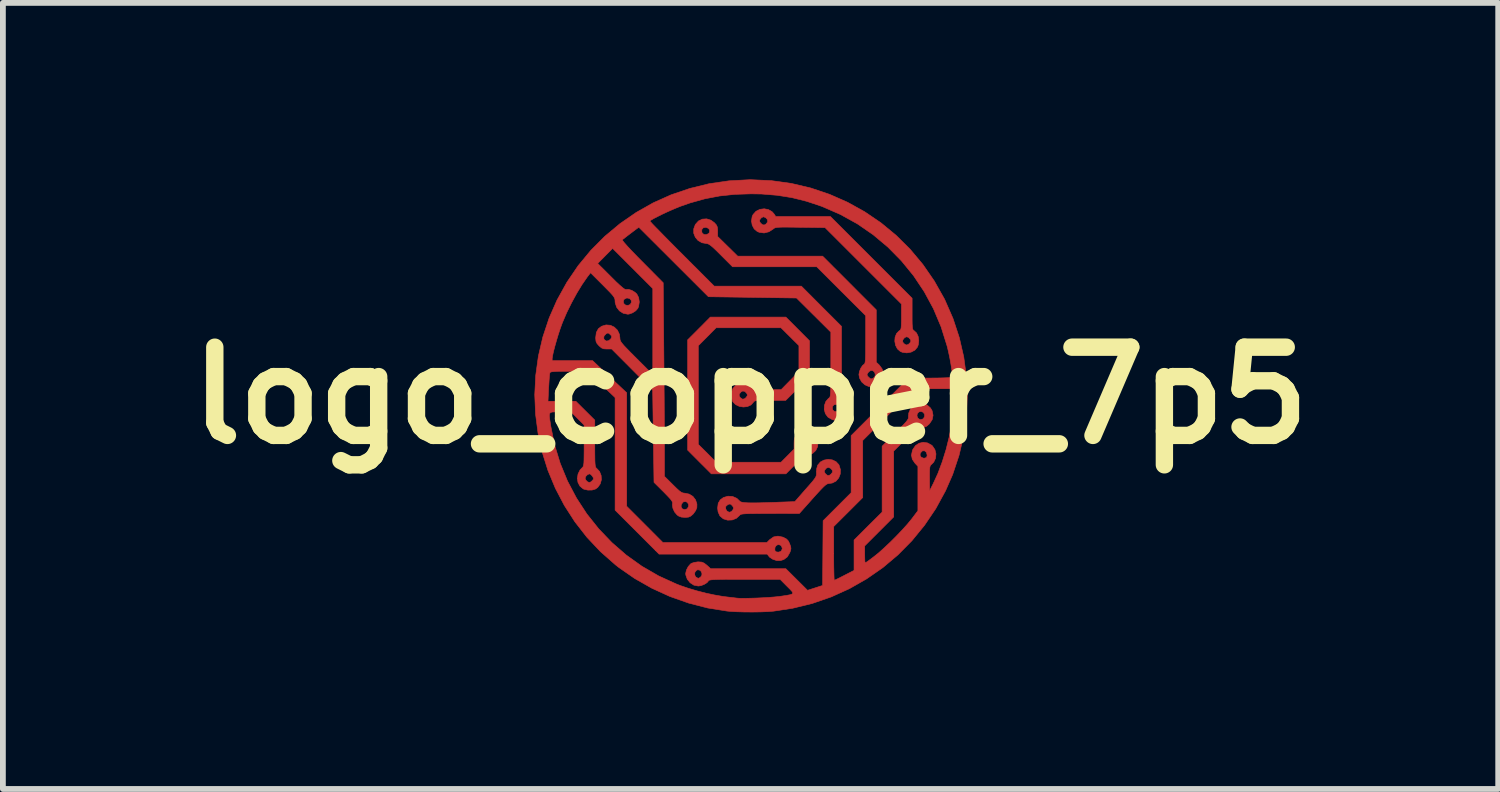
<source format=kicad_pcb>
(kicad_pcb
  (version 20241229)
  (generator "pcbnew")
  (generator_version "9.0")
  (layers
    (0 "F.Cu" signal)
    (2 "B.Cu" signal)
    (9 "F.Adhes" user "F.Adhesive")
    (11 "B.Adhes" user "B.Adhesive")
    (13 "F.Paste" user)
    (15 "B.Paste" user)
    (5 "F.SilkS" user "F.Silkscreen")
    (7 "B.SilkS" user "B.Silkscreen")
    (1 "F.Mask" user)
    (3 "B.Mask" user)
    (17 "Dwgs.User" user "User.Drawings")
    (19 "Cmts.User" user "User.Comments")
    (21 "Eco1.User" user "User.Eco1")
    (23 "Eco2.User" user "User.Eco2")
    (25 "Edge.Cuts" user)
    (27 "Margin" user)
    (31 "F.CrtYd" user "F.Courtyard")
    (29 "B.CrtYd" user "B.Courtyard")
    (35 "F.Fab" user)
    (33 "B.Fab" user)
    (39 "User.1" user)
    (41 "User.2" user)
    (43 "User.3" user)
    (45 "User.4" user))
  (footprint "logo_copper_7p5"
    (layer "F.Cu")
    (at 9.913 3.781)
    (property "Reference" "logo_copper_7p5" (at 0 0 0) (layer "F.SilkS") (effects (font (size 1.524 1.524) (thickness 0.3))))
    (attr through_hole)
    (fp_poly (pts (xy -0.684 -3.028) (xy -0.624 -2.984) (xy -0.59 -2.946) (xy -0.574 -2.911) (xy -0.568 -2.863) (xy -0.568 -2.838) (xy -0.568 -2.747) (xy -0.395 -2.577) (xy -0.222 -2.407) (xy 1.245 -2.407) (xy 1.709 -1.943) (xy 2.172 -1.479) (xy 2.172 -0.575) (xy 2.223 -0.527) (xy 2.272 -0.461) (xy 2.294 -0.392) (xy 2.291 -0.323) (xy 2.268 -0.26) (xy 2.228 -0.206) (xy 2.174 -0.168) (xy 2.109 -0.15) (xy 2.038 -0.157) (xy 1.977 -0.184) (xy 1.92 -0.234) (xy 1.883 -0.301) (xy 1.872 -0.361) (xy 1.872 -0.361) (xy 2.012 -0.361) (xy 2.02 -0.338) (xy 2.037 -0.319) (xy 2.067 -0.292) (xy 2.089 -0.287) (xy 2.118 -0.299) (xy 2.123 -0.302) (xy 2.15 -0.331) (xy 2.154 -0.369) (xy 2.14 -0.406) (xy 2.111 -0.43) (xy 2.079 -0.432) (xy 2.049 -0.415) (xy 2.027 -0.39) (xy 2.012 -0.361) (xy 1.872 -0.361) (xy 1.881 -0.414) (xy 1.904 -0.471) (xy 1.935 -0.518) (xy 1.957 -0.536) (xy 1.967 -0.543) (xy 1.974 -0.556) (xy 1.98 -0.577) (xy 1.984 -0.612) (xy 1.986 -0.664) (xy 1.988 -0.737) (xy 1.988 -0.835) (xy 1.989 -0.963) (xy 1.989 -1.379) (xy 1.566 -1.801) (xy 1.144 -2.223) (xy -0.31 -2.223) (xy -0.51 -2.423) (xy -0.587 -2.5) (xy -0.646 -2.556) (xy -0.69 -2.593) (xy -0.723 -2.614) (xy -0.747 -2.623) (xy -0.756 -2.624) (xy -0.838 -2.638) (xy -0.906 -2.677) (xy -0.954 -2.734) (xy -0.981 -2.803) (xy -0.981 -2.825) (xy -0.842 -2.825) (xy -0.835 -2.807) (xy -0.806 -2.782) (xy -0.765 -2.778) (xy -0.726 -2.796) (xy -0.712 -2.812) (xy -0.704 -2.85) (xy -0.723 -2.884) (xy -0.765 -2.904) (xy -0.773 -2.905) (xy -0.816 -2.897) (xy -0.841 -2.867) (xy -0.842 -2.825) (xy -0.981 -2.825) (xy -0.981 -2.878) (xy -0.953 -2.954) (xy -0.952 -2.955) (xy -0.899 -3.014) (xy -0.832 -3.046) (xy -0.758 -3.051) (xy -0.684 -3.028)) (stroke (width 0.01) (type solid)) (fill yes) (layer "F.Cu"))
    (fp_poly (pts (xy 0.309 -3.211) (xy 0.373 -3.174) (xy 0.407 -3.135) (xy 0.435 -3.092) (xy 1.379 -3.092) (xy 2.085 -2.386) (xy 2.791 -1.68) (xy 2.791 -1.409) (xy 2.791 -1.308) (xy 2.792 -1.235) (xy 2.795 -1.185) (xy 2.799 -1.153) (xy 2.807 -1.135) (xy 2.817 -1.124) (xy 2.824 -1.12) (xy 2.868 -1.079) (xy 2.896 -1.018) (xy 2.906 -0.946) (xy 2.897 -0.874) (xy 2.882 -0.835) (xy 2.838 -0.783) (xy 2.773 -0.749) (xy 2.699 -0.736) (xy 2.623 -0.746) (xy 2.586 -0.762) (xy 2.537 -0.805) (xy 2.505 -0.867) (xy 2.492 -0.937) (xy 2.493 -0.957) (xy 2.628 -0.957) (xy 2.63 -0.921) (xy 2.65 -0.896) (xy 2.687 -0.872) (xy 2.723 -0.88) (xy 2.75 -0.904) (xy 2.77 -0.937) (xy 2.764 -0.965) (xy 2.727 -1.006) (xy 2.689 -1.014) (xy 2.658 -0.996) (xy 2.628 -0.957) (xy 2.493 -0.957) (xy 2.497 -1.008) (xy 2.522 -1.07) (xy 2.566 -1.116) (xy 2.574 -1.12) (xy 2.587 -1.13) (xy 2.596 -1.146) (xy 2.602 -1.174) (xy 2.605 -1.219) (xy 2.607 -1.288) (xy 2.607 -1.359) (xy 2.607 -1.58) (xy 1.947 -2.24) (xy 1.287 -2.9) (xy 0.859 -2.905) (xy 0.728 -2.907) (xy 0.626 -2.908) (xy 0.55 -2.908) (xy 0.494 -2.906) (xy 0.456 -2.903) (xy 0.43 -2.898) (xy 0.412 -2.891) (xy 0.399 -2.881) (xy 0.395 -2.878) (xy 0.318 -2.828) (xy 0.235 -2.807) (xy 0.152 -2.818) (xy 0.116 -2.833) (xy 0.063 -2.878) (xy 0.029 -2.942) (xy 0.018 -3.009) (xy 0.154 -3.009) (xy 0.175 -2.976) (xy 0.213 -2.946) (xy 0.249 -2.948) (xy 0.275 -2.968) (xy 0.298 -3.005) (xy 0.29 -3.041) (xy 0.266 -3.068) (xy 0.227 -3.087) (xy 0.19 -3.073) (xy 0.161 -3.037) (xy 0.154 -3.009) (xy 0.018 -3.009) (xy 0.017 -3.016) (xy 0.028 -3.09) (xy 0.044 -3.125) (xy 0.095 -3.182) (xy 0.162 -3.215) (xy 0.236 -3.225) (xy 0.309 -3.211)) (stroke (width 0.01) (type solid)) (fill yes) (layer "F.Cu"))
    (fp_poly (pts (xy 1.412 1.112) (xy 1.476 1.142) (xy 1.524 1.193) (xy 1.529 1.202) (xy 1.553 1.28) (xy 1.55 1.356) (xy 1.523 1.424) (xy 1.476 1.479) (xy 1.411 1.512) (xy 1.355 1.52) (xy 1.336 1.523) (xy 1.314 1.533) (xy 1.286 1.554) (xy 1.249 1.589) (xy 1.199 1.641) (xy 1.134 1.712) (xy 1.074 1.779) (xy 0.844 2.037) (xy 0.339 2.038) (xy 0.196 2.038) (xy 0.082 2.039) (xy -0.006 2.04) (xy -0.072 2.042) (xy -0.118 2.045) (xy -0.15 2.049) (xy -0.169 2.054) (xy -0.181 2.062) (xy -0.187 2.068) (xy -0.244 2.121) (xy -0.317 2.15) (xy -0.396 2.153) (xy -0.47 2.13) (xy -0.528 2.081) (xy -0.56 2.011) (xy -0.567 1.954) (xy -0.432 1.954) (xy -0.407 1.996) (xy -0.369 2.017) (xy -0.331 2.006) (xy -0.307 1.978) (xy -0.293 1.949) (xy -0.3 1.924) (xy -0.315 1.903) (xy -0.342 1.877) (xy -0.368 1.875) (xy -0.391 1.884) (xy -0.426 1.914) (xy -0.432 1.954) (xy -0.567 1.954) (xy -0.568 1.942) (xy -0.558 1.862) (xy -0.524 1.804) (xy -0.468 1.762) (xy -0.389 1.739) (xy -0.31 1.744) (xy -0.237 1.776) (xy -0.187 1.824) (xy -0.173 1.836) (xy -0.145 1.844) (xy -0.103 1.85) (xy -0.042 1.854) (xy 0.04 1.855) (xy 0.147 1.854) (xy 0.28 1.85) (xy 0.443 1.845) (xy 0.479 1.843) (xy 0.766 1.833) (xy 0.954 1.618) (xy 1.023 1.54) (xy 1.073 1.482) (xy 1.106 1.439) (xy 1.126 1.408) (xy 1.136 1.382) (xy 1.139 1.358) (xy 1.139 1.33) (xy 1.139 1.33) (xy 1.139 1.319) (xy 1.274 1.319) (xy 1.294 1.352) (xy 1.329 1.381) (xy 1.359 1.381) (xy 1.39 1.359) (xy 1.417 1.324) (xy 1.412 1.29) (xy 1.386 1.26) (xy 1.347 1.241) (xy 1.309 1.255) (xy 1.28 1.291) (xy 1.274 1.319) (xy 1.139 1.319) (xy 1.143 1.263) (xy 1.16 1.205) (xy 1.16 1.204) (xy 1.206 1.149) (xy 1.268 1.116) (xy 1.34 1.103) (xy 1.412 1.112)) (stroke (width 0.01) (type solid)) (fill yes) (layer "F.Cu"))
    (fp_poly (pts (xy 0.815 -1.149) (xy 1.019 -0.944) (xy 1.019 -0.326) (xy 0.814 -0.121) (xy 0.609 0.083) (xy 0.339 0.083) (xy 0.238 0.083) (xy 0.165 0.084) (xy 0.115 0.087) (xy 0.083 0.092) (xy 0.065 0.099) (xy 0.054 0.11) (xy 0.05 0.116) (xy 0.008 0.163) (xy -0.053 0.191) (xy -0.123 0.199) (xy -0.193 0.188) (xy -0.256 0.158) (xy -0.303 0.111) (xy -0.309 0.1) (xy -0.334 0.02) (xy -0.333 -0.021) (xy -0.196 -0.021) (xy -0.194 0.014) (xy -0.174 0.04) (xy -0.137 0.064) (xy -0.101 0.056) (xy -0.074 0.032) (xy -0.054 -0.001) (xy -0.06 -0.03) (xy -0.097 -0.07) (xy -0.135 -0.078) (xy -0.166 -0.06) (xy -0.196 -0.021) (xy -0.333 -0.021) (xy -0.331 -0.057) (xy -0.302 -0.125) (xy -0.251 -0.178) (xy -0.181 -0.211) (xy -0.124 -0.218) (xy -0.069 -0.209) (xy -0.012 -0.185) (xy 0.034 -0.154) (xy 0.056 -0.125) (xy 0.066 -0.115) (xy 0.089 -0.108) (xy 0.13 -0.104) (xy 0.194 -0.101) (xy 0.287 -0.101) (xy 0.297 -0.101) (xy 0.529 -0.101) (xy 0.682 -0.257) (xy 0.836 -0.414) (xy 0.836 -0.862) (xy 0.681 -1.016) (xy 0.526 -1.17) (xy -0.594 -1.17) (xy -0.748 -1.015) (xy -0.902 -0.86) (xy -0.902 0.844) (xy -0.747 0.998) (xy -0.593 1.153) (xy 0.527 1.153) (xy 0.64 1.039) (xy 0.752 0.926) (xy 0.752 0.829) (xy 0.753 0.805) (xy 0.888 0.805) (xy 0.896 0.848) (xy 0.913 0.871) (xy 0.943 0.897) (xy 0.969 0.896) (xy 1.002 0.869) (xy 1.004 0.867) (xy 1.027 0.839) (xy 1.026 0.816) (xy 1.014 0.796) (xy 0.977 0.761) (xy 0.936 0.755) (xy 0.91 0.769) (xy 0.888 0.805) (xy 0.753 0.805) (xy 0.754 0.771) (xy 0.763 0.732) (xy 0.785 0.699) (xy 0.809 0.675) (xy 0.851 0.638) (xy 0.891 0.622) (xy 0.943 0.618) (xy 1.031 0.629) (xy 1.097 0.664) (xy 1.142 0.724) (xy 1.144 0.728) (xy 1.166 0.807) (xy 1.159 0.883) (xy 1.127 0.95) (xy 1.073 1) (xy 1.001 1.029) (xy 0.99 1.03) (xy 0.959 1.037) (xy 0.928 1.052) (xy 0.892 1.077) (xy 0.846 1.119) (xy 0.784 1.179) (xy 0.767 1.196) (xy 0.611 1.353) (xy -0.677 1.353) (xy -0.882 1.148) (xy -1.086 0.943) (xy -1.086 -0.961) (xy -0.89 -1.157) (xy -0.694 -1.354) (xy 0.61 -1.354) (xy 0.815 -1.149)) (stroke (width 0.01) (type solid)) (fill yes) (layer "F.Cu"))
    (fp_poly (pts (xy 0.36 -3.711) (xy 0.705 -3.663) (xy 1.04 -3.584) (xy 1.364 -3.475) (xy 1.675 -3.338) (xy 1.971 -3.174) (xy 2.252 -2.983) (xy 2.514 -2.767) (xy 2.756 -2.527) (xy 2.977 -2.263) (xy 3.174 -1.978) (xy 3.347 -1.671) (xy 3.359 -1.646) (xy 3.498 -1.328) (xy 3.606 -1) (xy 3.683 -0.665) (xy 3.729 -0.325) (xy 3.743 0.018) (xy 3.727 0.361) (xy 3.68 0.701) (xy 3.601 1.036) (xy 3.492 1.363) (xy 3.368 1.646) (xy 3.2 1.954) (xy 3.005 2.242) (xy 2.787 2.509) (xy 2.546 2.753) (xy 2.285 2.973) (xy 2.004 3.168) (xy 1.707 3.337) (xy 1.393 3.479) (xy 1.066 3.592) (xy 0.726 3.675) (xy 0.398 3.725) (xy 0.295 3.733) (xy 0.169 3.738) (xy 0.031 3.74) (xy -0.11 3.739) (xy -0.244 3.735) (xy -0.36 3.728) (xy -0.409 3.723) (xy -0.741 3.67) (xy -1.07 3.585) (xy -1.393 3.471) (xy -1.704 3.329) (xy -2 3.161) (xy -2.275 2.97) (xy -2.331 2.926) (xy -2.591 2.697) (xy -2.826 2.448) (xy -3.034 2.181) (xy -3.216 1.898) (xy -3.371 1.602) (xy -3.499 1.294) (xy -3.599 0.976) (xy -3.67 0.651) (xy -3.713 0.321) (xy -3.722 0.1) (xy -3.498 0.1) (xy -3.017 0.1) (xy -2.69 0.425) (xy -2.69 0.83) (xy -2.69 0.957) (xy -2.689 1.055) (xy -2.688 1.128) (xy -2.685 1.18) (xy -2.681 1.215) (xy -2.675 1.236) (xy -2.668 1.25) (xy -2.66 1.256) (xy -2.608 1.312) (xy -2.58 1.382) (xy -2.576 1.456) (xy -2.596 1.527) (xy -2.639 1.587) (xy -2.677 1.615) (xy -2.737 1.633) (xy -2.81 1.634) (xy -2.878 1.618) (xy -2.891 1.612) (xy -2.946 1.566) (xy -2.98 1.503) (xy -2.991 1.43) (xy -2.99 1.428) (xy -2.857 1.428) (xy -2.845 1.461) (xy -2.815 1.491) (xy -2.784 1.503) (xy -2.757 1.492) (xy -2.733 1.47) (xy -2.713 1.445) (xy -2.715 1.422) (xy -2.73 1.395) (xy -2.757 1.365) (xy -2.781 1.353) (xy -2.815 1.366) (xy -2.845 1.397) (xy -2.857 1.428) (xy -2.99 1.428) (xy -2.979 1.356) (xy -2.945 1.287) (xy -2.909 1.249) (xy -2.897 1.238) (xy -2.889 1.223) (xy -2.883 1.2) (xy -2.878 1.165) (xy -2.876 1.113) (xy -2.875 1.039) (xy -2.874 0.939) (xy -2.874 0.865) (xy -2.874 0.51) (xy -2.987 0.397) (xy -3.099 0.284) (xy -3.287 0.284) (xy -3.366 0.283) (xy -3.42 0.285) (xy -3.454 0.293) (xy -3.471 0.314) (xy -3.475 0.353) (xy -3.468 0.413) (xy -3.454 0.5) (xy -3.451 0.525) (xy -3.384 0.854) (xy -3.287 1.172) (xy -3.161 1.478) (xy -3.007 1.77) (xy -2.827 2.046) (xy -2.622 2.303) (xy -2.394 2.541) (xy -2.145 2.757) (xy -1.875 2.95) (xy -1.586 3.117) (xy -1.281 3.256) (xy -1.212 3.283) (xy -1.077 3.329) (xy -0.926 3.374) (xy -0.77 3.414) (xy -0.62 3.446) (xy -0.486 3.469) (xy -0.451 3.474) (xy -0.376 3.483) (xy -0.307 3.491) (xy -0.257 3.497) (xy -0.242 3.499) (xy -0.191 3.503) (xy -0.114 3.504) (xy -0.018 3.502) (xy 0.09 3.499) (xy 0.202 3.494) (xy 0.311 3.488) (xy 0.41 3.48) (xy 0.492 3.472) (xy 0.526 3.467) (xy 0.621 3.453) (xy 0.685 3.441) (xy 0.721 3.428) (xy 0.731 3.411) (xy 0.717 3.385) (xy 0.683 3.348) (xy 0.633 3.298) (xy 0.511 3.175) (xy -0.102 3.175) (xy -0.264 3.175) (xy -0.395 3.175) (xy -0.499 3.176) (xy -0.579 3.178) (xy -0.638 3.18) (xy -0.679 3.184) (xy -0.705 3.188) (xy -0.719 3.193) (xy -0.725 3.2) (xy -0.751 3.232) (xy -0.799 3.262) (xy -0.855 3.284) (xy -0.902 3.291) (xy -0.978 3.276) (xy -1.043 3.234) (xy -1.092 3.173) (xy -1.118 3.1) (xy -1.118 3.093) (xy -0.966 3.093) (xy -0.95 3.13) (xy -0.943 3.136) (xy -0.914 3.153) (xy -0.902 3.158) (xy -0.882 3.149) (xy -0.862 3.136) (xy -0.84 3.104) (xy -0.84 3.067) (xy -0.857 3.033) (xy -0.886 3.012) (xy -0.922 3.012) (xy -0.932 3.018) (xy -0.96 3.051) (xy -0.966 3.093) (xy -1.118 3.093) (xy -1.12 3.073) (xy -1.107 3.015) (xy -1.076 2.955) (xy -1.035 2.909) (xy -1.018 2.898) (xy -0.971 2.883) (xy -0.912 2.874) (xy -0.895 2.874) (xy -0.842 2.878) (xy -0.8 2.896) (xy -0.754 2.932) (xy -0.689 2.991) (xy 0.609 2.991) (xy 0.797 3.178) (xy 0.985 3.365) (xy 1.115 3.323) (xy 1.245 3.281) (xy 1.253 2.263) (xy 1.437 2.263) (xy 1.437 2.727) (xy 1.437 2.848) (xy 1.438 2.957) (xy 1.44 3.05) (xy 1.442 3.123) (xy 1.444 3.171) (xy 1.447 3.191) (xy 1.447 3.191) (xy 1.465 3.184) (xy 1.506 3.165) (xy 1.564 3.136) (xy 1.622 3.106) (xy 1.788 3.021) (xy 1.788 2.497) (xy 2.03 2.255) (xy 2.273 2.014) (xy 2.273 0.876) (xy 2.504 0.646) (xy 2.584 0.565) (xy 2.643 0.504) (xy 2.685 0.458) (xy 2.71 0.425) (xy 2.724 0.4) (xy 2.728 0.38) (xy 2.728 0.369) (xy 2.729 0.353) (xy 2.875 0.353) (xy 2.89 0.391) (xy 2.922 0.414) (xy 2.941 0.417) (xy 2.976 0.406) (xy 2.988 0.397) (xy 3.008 0.359) (xy 3.004 0.32) (xy 2.98 0.289) (xy 2.944 0.275) (xy 2.908 0.284) (xy 2.88 0.314) (xy 2.875 0.353) (xy 2.729 0.353) (xy 2.733 0.303) (xy 2.762 0.236) (xy 2.808 0.181) (xy 2.827 0.167) (xy 2.902 0.139) (xy 2.979 0.139) (xy 3.051 0.165) (xy 3.108 0.215) (xy 3.136 0.262) (xy 3.153 0.342) (xy 3.137 0.418) (xy 3.089 0.49) (xy 3.083 0.495) (xy 3.04 0.532) (xy 2.998 0.548) (xy 2.955 0.551) (xy 2.928 0.552) (xy 2.904 0.557) (xy 2.879 0.569) (xy 2.848 0.592) (xy 2.807 0.629) (xy 2.751 0.683) (xy 2.678 0.755) (xy 2.473 0.96) (xy 2.473 2.097) (xy 2.223 2.347) (xy 1.972 2.598) (xy 1.972 2.744) (xy 1.973 2.809) (xy 1.975 2.86) (xy 1.979 2.887) (xy 1.981 2.89) (xy 1.998 2.881) (xy 2.035 2.856) (xy 2.086 2.818) (xy 2.127 2.787) (xy 2.211 2.72) (xy 2.309 2.632) (xy 2.415 2.532) (xy 2.521 2.426) (xy 2.622 2.32) (xy 2.711 2.221) (xy 2.782 2.135) (xy 2.788 2.127) (xy 2.891 1.99) (xy 2.891 1.223) (xy 2.841 1.17) (xy 2.794 1.101) (xy 2.781 1.034) (xy 2.928 1.034) (xy 2.948 1.066) (xy 2.986 1.082) (xy 3.006 1.082) (xy 3.038 1.072) (xy 3.049 1.045) (xy 3.05 1.029) (xy 3.039 0.983) (xy 3.011 0.957) (xy 2.974 0.956) (xy 2.962 0.962) (xy 2.932 0.996) (xy 2.928 1.034) (xy 2.781 1.034) (xy 2.78 1.028) (xy 2.797 0.947) (xy 2.804 0.931) (xy 2.849 0.866) (xy 2.911 0.825) (xy 2.983 0.808) (xy 3.057 0.819) (xy 3.126 0.857) (xy 3.142 0.871) (xy 3.185 0.935) (xy 3.203 1.008) (xy 3.196 1.083) (xy 3.165 1.15) (xy 3.132 1.184) (xy 3.115 1.199) (xy 3.104 1.215) (xy 3.097 1.241) (xy 3.093 1.281) (xy 3.092 1.343) (xy 3.092 1.431) (xy 3.093 1.646) (xy 3.157 1.52) (xy 3.237 1.345) (xy 3.311 1.147) (xy 3.377 0.936) (xy 3.43 0.723) (xy 3.468 0.525) (xy 3.478 0.442) (xy 3.489 0.339) (xy 3.497 0.229) (xy 3.504 0.124) (xy 3.504 0.121) (xy 3.514 -0.117) (xy 2.832 -0.117) (xy 2.385 0.33) (xy 1.938 0.777) (xy 1.938 1.763) (xy 1.688 2.013) (xy 1.437 2.263) (xy 1.253 2.263) (xy 1.254 2.163) (xy 1.738 1.679) (xy 1.738 0.693) (xy 2.235 0.196) (xy 2.732 -0.301) (xy 3.103 -0.301) (xy 3.219 -0.302) (xy 3.319 -0.304) (xy 3.399 -0.307) (xy 3.454 -0.311) (xy 3.482 -0.316) (xy 3.484 -0.317) (xy 3.486 -0.343) (xy 3.483 -0.394) (xy 3.473 -0.467) (xy 3.459 -0.553) (xy 3.442 -0.647) (xy 3.422 -0.742) (xy 3.401 -0.833) (xy 3.393 -0.862) (xy 3.291 -1.187) (xy 3.16 -1.498) (xy 3.001 -1.792) (xy 2.816 -2.069) (xy 2.606 -2.326) (xy 2.373 -2.563) (xy 2.119 -2.776) (xy 1.845 -2.965) (xy 1.552 -3.127) (xy 1.242 -3.262) (xy 1.23 -3.267) (xy 0.97 -3.354) (xy 0.717 -3.417) (xy 0.461 -3.458) (xy 0.193 -3.48) (xy 0.008 -3.483) (xy -0.273 -3.474) (xy -0.536 -3.446) (xy -0.79 -3.397) (xy -1.044 -3.326) (xy -1.213 -3.267) (xy -1.285 -3.238) (xy -1.367 -3.203) (xy -1.452 -3.165) (xy -1.535 -3.126) (xy -1.61 -3.088) (xy -1.673 -3.056) (xy -1.717 -3.03) (xy -1.737 -3.014) (xy -1.738 -3.012) (xy -1.726 -2.999) (xy -1.694 -2.963) (xy -1.642 -2.909) (xy -1.573 -2.839) (xy -1.49 -2.754) (xy -1.395 -2.658) (xy -1.29 -2.552) (xy -1.182 -2.444) (xy -0.627 -1.889) (xy 0.878 -1.889) (xy 1.224 -1.542) (xy 1.571 -1.195) (xy 1.571 0.004) (xy 1.629 0.069) (xy 1.674 0.138) (xy 1.691 0.208) (xy 1.683 0.275) (xy 1.654 0.335) (xy 1.609 0.384) (xy 1.552 0.417) (xy 1.486 0.43) (xy 1.417 0.419) (xy 1.347 0.38) (xy 1.334 0.37) (xy 1.293 0.313) (xy 1.274 0.243) (xy 1.274 0.234) (xy 1.414 0.234) (xy 1.421 0.251) (xy 1.45 0.276) (xy 1.491 0.28) (xy 1.53 0.262) (xy 1.544 0.246) (xy 1.552 0.208) (xy 1.533 0.174) (xy 1.491 0.155) (xy 1.482 0.153) (xy 1.44 0.161) (xy 1.415 0.191) (xy 1.414 0.234) (xy 1.274 0.234) (xy 1.277 0.17) (xy 1.301 0.103) (xy 1.345 0.052) (xy 1.354 0.045) (xy 1.363 0.039) (xy 1.37 0.028) (xy 1.376 0.011) (xy 1.38 -0.017) (xy 1.383 -0.059) (xy 1.385 -0.118) (xy 1.386 -0.198) (xy 1.387 -0.303) (xy 1.387 -0.435) (xy 1.387 -0.535) (xy 1.387 -1.095) (xy 1.09 -1.39) (xy 0.794 -1.684) (xy 0.033 -1.695) (xy -0.727 -1.706) (xy -1.93 -2.907) (xy -2.064 -2.806) (xy -2.122 -2.762) (xy -2.171 -2.724) (xy -2.204 -2.698) (xy -2.213 -2.69) (xy -2.207 -2.673) (xy -2.177 -2.635) (xy -2.124 -2.575) (xy -2.05 -2.496) (xy -1.956 -2.399) (xy -1.869 -2.311) (xy -1.508 -1.947) (xy -1.498 -0.803) (xy -1.496 -0.592) (xy -1.494 -0.376) (xy -1.493 -0.162) (xy -1.491 0.048) (xy -1.49 0.248) (xy -1.489 0.434) (xy -1.488 0.6) (xy -1.487 0.743) (xy -1.487 0.858) (xy -1.487 0.869) (xy -1.487 1.396) (xy -1.341 1.541) (xy -1.277 1.604) (xy -1.231 1.646) (xy -1.196 1.671) (xy -1.168 1.683) (xy -1.141 1.687) (xy -1.136 1.687) (xy -1.06 1.703) (xy -0.995 1.743) (xy -0.949 1.803) (xy -0.926 1.875) (xy -0.927 1.935) (xy -0.948 1.988) (xy -0.986 2.041) (xy -0.994 2.05) (xy -1.034 2.084) (xy -1.072 2.101) (xy -1.124 2.105) (xy -1.133 2.105) (xy -1.196 2.1) (xy -1.242 2.082) (xy -1.268 2.063) (xy -1.312 2.011) (xy -1.341 1.947) (xy -1.344 1.927) (xy -1.198 1.927) (xy -1.177 1.959) (xy -1.136 1.971) (xy -1.101 1.96) (xy -1.09 1.951) (xy -1.069 1.914) (xy -1.072 1.877) (xy -1.092 1.846) (xy -1.123 1.831) (xy -1.159 1.838) (xy -1.171 1.847) (xy -1.197 1.887) (xy -1.198 1.927) (xy -1.344 1.927) (xy -1.35 1.885) (xy -1.347 1.865) (xy -1.347 1.846) (xy -1.359 1.821) (xy -1.385 1.786) (xy -1.43 1.738) (xy -1.495 1.671) (xy -1.502 1.664) (xy -1.667 1.5) (xy -1.69 -0.092) (xy -2.398 -0.803) (xy -2.479 -0.803) (xy -2.534 -0.806) (xy -2.574 -0.822) (xy -2.615 -0.857) (xy -2.617 -0.859) (xy -2.652 -0.899) (xy -2.669 -0.936) (xy -2.674 -0.986) (xy -2.536 -0.986) (xy -2.522 -0.96) (xy -2.488 -0.94) (xy -2.447 -0.948) (xy -2.412 -0.98) (xy -2.411 -0.981) (xy -2.397 -1.01) (xy -2.404 -1.033) (xy -2.423 -1.053) (xy -2.451 -1.077) (xy -2.474 -1.077) (xy -2.495 -1.065) (xy -2.53 -1.028) (xy -2.536 -0.986) (xy -2.674 -0.986) (xy -2.674 -0.987) (xy -2.674 -1.002) (xy -2.663 -1.089) (xy -2.628 -1.153) (xy -2.572 -1.196) (xy -2.495 -1.219) (xy -2.42 -1.213) (xy -2.353 -1.181) (xy -2.299 -1.129) (xy -2.265 -1.058) (xy -2.256 -0.995) (xy -2.255 -0.973) (xy -2.25 -0.952) (xy -2.239 -0.929) (xy -2.218 -0.9) (xy -2.185 -0.861) (xy -2.137 -0.811) (xy -2.072 -0.744) (xy -1.985 -0.657) (xy -1.972 -0.644) (xy -1.688 -0.36) (xy -1.688 -1.847) (xy -2.035 -2.194) (xy -2.382 -2.541) (xy -2.511 -2.411) (xy -2.64 -2.281) (xy -2.409 -2.051) (xy -2.322 -1.964) (xy -2.254 -1.901) (xy -2.205 -1.859) (xy -2.172 -1.836) (xy -2.153 -1.831) (xy -2.151 -1.831) (xy -2.107 -1.833) (xy -2.051 -1.816) (xy -1.997 -1.783) (xy -1.964 -1.753) (xy -1.932 -1.691) (xy -1.921 -1.615) (xy -1.933 -1.539) (xy -1.946 -1.506) (xy -1.983 -1.463) (xy -2.039 -1.427) (xy -2.1 -1.406) (xy -2.121 -1.404) (xy -2.198 -1.42) (xy -2.264 -1.462) (xy -2.312 -1.524) (xy -2.337 -1.6) (xy -2.339 -1.62) (xy -2.198 -1.62) (xy -2.188 -1.587) (xy -2.158 -1.561) (xy -2.116 -1.556) (xy -2.078 -1.572) (xy -2.075 -1.575) (xy -2.056 -1.612) (xy -2.063 -1.649) (xy -2.09 -1.676) (xy -2.132 -1.684) (xy -2.145 -1.682) (xy -2.186 -1.659) (xy -2.198 -1.62) (xy -2.339 -1.62) (xy -2.339 -1.63) (xy -2.341 -1.655) (xy -2.347 -1.678) (xy -2.361 -1.704) (xy -2.386 -1.737) (xy -2.425 -1.78) (xy -2.483 -1.839) (xy -2.551 -1.908) (xy -2.763 -2.12) (xy -2.82 -2.046) (xy -2.908 -1.919) (xy -3 -1.768) (xy -3.09 -1.603) (xy -3.174 -1.433) (xy -3.246 -1.266) (xy -3.266 -1.213) (xy -3.295 -1.131) (xy -3.325 -1.038) (xy -3.354 -0.94) (xy -3.381 -0.845) (xy -3.403 -0.76) (xy -3.418 -0.691) (xy -3.425 -0.645) (xy -3.426 -0.64) (xy -3.426 -0.602) (xy -2.728 -0.602) (xy -2.434 -0.324) (xy -2.139 -0.047) (xy -2.139 1.913) (xy -1.826 2.226) (xy -1.513 2.54) (xy 0.282 2.54) (xy 0.33 2.491) (xy 0.398 2.443) (xy 0.473 2.429) (xy 0.557 2.446) (xy 0.573 2.453) (xy 0.623 2.48) (xy 0.655 2.515) (xy 0.677 2.563) (xy 0.694 2.612) (xy 0.698 2.647) (xy 0.689 2.686) (xy 0.678 2.714) (xy 0.636 2.787) (xy 0.575 2.833) (xy 0.519 2.851) (xy 0.453 2.851) (xy 0.385 2.829) (xy 0.329 2.792) (xy 0.32 2.781) (xy 0.288 2.74) (xy -1.579 2.74) (xy -1.649 2.67) (xy 0.42 2.67) (xy 0.424 2.683) (xy 0.447 2.702) (xy 0.484 2.705) (xy 0.521 2.694) (xy 0.534 2.682) (xy 0.549 2.642) (xy 0.535 2.602) (xy 0.514 2.583) (xy 0.476 2.575) (xy 0.443 2.592) (xy 0.422 2.626) (xy 0.42 2.67) (xy -1.649 2.67) (xy -1.959 2.36) (xy -2.339 1.98) (xy -2.339 0.036) (xy -2.816 -0.418) (xy -3.136 -0.418) (xy -3.248 -0.418) (xy -3.332 -0.417) (xy -3.391 -0.414) (xy -3.43 -0.41) (xy -3.453 -0.404) (xy -3.464 -0.396) (xy -3.465 -0.392) (xy -3.47 -0.367) (xy -3.475 -0.315) (xy -3.48 -0.243) (xy -3.485 -0.159) (xy -3.487 -0.133) (xy -3.498 0.1) (xy -3.722 0.1) (xy -3.727 -0.012) (xy -3.71 -0.347) (xy -3.664 -0.68) (xy -3.587 -1.011) (xy -3.479 -1.336) (xy -3.343 -1.646) (xy -3.172 -1.955) (xy -2.977 -2.242) (xy -2.758 -2.507) (xy -2.517 -2.749) (xy -2.256 -2.967) (xy -1.977 -3.16) (xy -1.682 -3.327) (xy -1.372 -3.466) (xy -1.049 -3.576) (xy -0.715 -3.658) (xy -0.371 -3.708) (xy -0.019 -3.727) (xy 0.008 -3.727) (xy 0.36 -3.711)) (stroke (width 0.01) (type solid)) (fill yes) (layer "F.Cu"))
    (fp_poly (pts (xy -0.684 -3.027) (xy -0.624 -2.983) (xy -0.59 -2.946) (xy -0.574 -2.91) (xy -0.568 -2.862) (xy -0.568 -2.837) (xy -0.568 -2.747) (xy -0.395 -2.577) (xy -0.222 -2.406) (xy 1.245 -2.406) (xy 1.709 -1.942) (xy 2.172 -1.479) (xy 2.172 -0.574) (xy 2.223 -0.526) (xy 2.272 -0.461) (xy 2.294 -0.391) (xy 2.291 -0.323) (xy 2.268 -0.259) (xy 2.228 -0.206) (xy 2.174 -0.168) (xy 2.109 -0.15) (xy 2.038 -0.156) (xy 1.977 -0.183) (xy 1.92 -0.234) (xy 1.883 -0.3) (xy 1.872 -0.36) (xy 1.872 -0.361) (xy 2.012 -0.361) (xy 2.02 -0.338) (xy 2.037 -0.319) (xy 2.067 -0.292) (xy 2.089 -0.286) (xy 2.118 -0.299) (xy 2.123 -0.301) (xy 2.15 -0.331) (xy 2.154 -0.369) (xy 2.14 -0.405) (xy 2.111 -0.429) (xy 2.079 -0.432) (xy 2.049 -0.414) (xy 2.027 -0.39) (xy 2.012 -0.361) (xy 1.872 -0.361) (xy 1.881 -0.414) (xy 1.904 -0.471) (xy 1.935 -0.517) (xy 1.957 -0.536) (xy 1.967 -0.543) (xy 1.974 -0.555) (xy 1.98 -0.577) (xy 1.984 -0.611) (xy 1.986 -0.663) (xy 1.988 -0.736) (xy 1.988 -0.835) (xy 1.989 -0.962) (xy 1.989 -1.379) (xy 1.566 -1.801) (xy 1.144 -2.223) (xy -0.31 -2.223) (xy -0.51 -2.423) (xy -0.587 -2.5) (xy -0.646 -2.555) (xy -0.69 -2.592) (xy -0.723 -2.614) (xy -0.747 -2.623) (xy -0.756 -2.624) (xy -0.838 -2.638) (xy -0.906 -2.676) (xy -0.954 -2.733) (xy -0.981 -2.802) (xy -0.981 -2.824) (xy -0.842 -2.824) (xy -0.835 -2.806) (xy -0.806 -2.781) (xy -0.765 -2.778) (xy -0.726 -2.796) (xy -0.712 -2.812) (xy -0.704 -2.85) (xy -0.723 -2.883) (xy -0.765 -2.903) (xy -0.773 -2.904) (xy -0.816 -2.896) (xy -0.841 -2.866) (xy -0.842 -2.824) (xy -0.981 -2.824) (xy -0.981 -2.878) (xy -0.953 -2.953) (xy -0.952 -2.955) (xy -0.899 -3.013) (xy -0.832 -3.045) (xy -0.758 -3.05) (xy -0.684 -3.027)) (stroke (width 0.11) (type solid)) (fill yes) (layer "F.Mask"))
    (fp_poly (pts (xy 0.309 -3.211) (xy 0.373 -3.173) (xy 0.407 -3.134) (xy 0.435 -3.091) (xy 1.379 -3.091) (xy 2.085 -2.385) (xy 2.791 -1.679) (xy 2.791 -1.408) (xy 2.791 -1.307) (xy 2.792 -1.234) (xy 2.795 -1.185) (xy 2.799 -1.153) (xy 2.807 -1.134) (xy 2.817 -1.124) (xy 2.824 -1.12) (xy 2.868 -1.079) (xy 2.896 -1.018) (xy 2.906 -0.946) (xy 2.897 -0.873) (xy 2.882 -0.835) (xy 2.838 -0.782) (xy 2.773 -0.749) (xy 2.699 -0.736) (xy 2.623 -0.746) (xy 2.586 -0.761) (xy 2.537 -0.805) (xy 2.505 -0.866) (xy 2.492 -0.937) (xy 2.493 -0.957) (xy 2.628 -0.957) (xy 2.63 -0.921) (xy 2.65 -0.895) (xy 2.687 -0.871) (xy 2.723 -0.879) (xy 2.75 -0.903) (xy 2.77 -0.936) (xy 2.764 -0.965) (xy 2.727 -1.006) (xy 2.689 -1.013) (xy 2.658 -0.995) (xy 2.628 -0.957) (xy 2.493 -0.957) (xy 2.497 -1.008) (xy 2.522 -1.07) (xy 2.566 -1.115) (xy 2.574 -1.12) (xy 2.587 -1.129) (xy 2.596 -1.145) (xy 2.602 -1.173) (xy 2.605 -1.219) (xy 2.607 -1.287) (xy 2.607 -1.358) (xy 2.607 -1.579) (xy 1.947 -2.239) (xy 1.287 -2.899) (xy 0.859 -2.905) (xy 0.728 -2.907) (xy 0.626 -2.907) (xy 0.55 -2.907) (xy 0.494 -2.905) (xy 0.456 -2.902) (xy 0.43 -2.897) (xy 0.412 -2.89) (xy 0.399 -2.881) (xy 0.395 -2.878) (xy 0.318 -2.827) (xy 0.235 -2.807) (xy 0.152 -2.818) (xy 0.116 -2.833) (xy 0.063 -2.878) (xy 0.029 -2.942) (xy 0.018 -3.008) (xy 0.154 -3.008) (xy 0.175 -2.975) (xy 0.213 -2.946) (xy 0.249 -2.948) (xy 0.275 -2.967) (xy 0.298 -3.004) (xy 0.29 -3.04) (xy 0.266 -3.067) (xy 0.227 -3.086) (xy 0.19 -3.072) (xy 0.161 -3.037) (xy 0.154 -3.008) (xy 0.018 -3.008) (xy 0.017 -3.015) (xy 0.028 -3.089) (xy 0.044 -3.124) (xy 0.095 -3.181) (xy 0.162 -3.215) (xy 0.236 -3.225) (xy 0.309 -3.211)) (stroke (width 0.11) (type solid)) (fill yes) (layer "F.Mask"))
    (fp_poly (pts (xy 1.412 1.112) (xy 1.476 1.142) (xy 1.524 1.194) (xy 1.529 1.203) (xy 1.553 1.28) (xy 1.55 1.357) (xy 1.523 1.425) (xy 1.476 1.479) (xy 1.411 1.513) (xy 1.355 1.521) (xy 1.336 1.523) (xy 1.314 1.534) (xy 1.286 1.555) (xy 1.249 1.589) (xy 1.199 1.641) (xy 1.134 1.713) (xy 1.074 1.779) (xy 0.844 2.038) (xy 0.339 2.038) (xy 0.196 2.039) (xy 0.082 2.039) (xy -0.006 2.04) (xy -0.072 2.042) (xy -0.118 2.045) (xy -0.15 2.049) (xy -0.169 2.055) (xy -0.181 2.062) (xy -0.187 2.069) (xy -0.244 2.121) (xy -0.317 2.15) (xy -0.396 2.154) (xy -0.47 2.131) (xy -0.528 2.082) (xy -0.56 2.012) (xy -0.567 1.955) (xy -0.432 1.955) (xy -0.407 1.997) (xy -0.369 2.018) (xy -0.331 2.006) (xy -0.307 1.978) (xy -0.293 1.95) (xy -0.3 1.924) (xy -0.315 1.904) (xy -0.342 1.877) (xy -0.368 1.875) (xy -0.391 1.884) (xy -0.426 1.915) (xy -0.432 1.955) (xy -0.567 1.955) (xy -0.568 1.943) (xy -0.558 1.863) (xy -0.524 1.804) (xy -0.468 1.763) (xy -0.389 1.739) (xy -0.31 1.744) (xy -0.237 1.776) (xy -0.187 1.825) (xy -0.173 1.836) (xy -0.145 1.845) (xy -0.103 1.851) (xy -0.042 1.854) (xy 0.04 1.855) (xy 0.147 1.854) (xy 0.28 1.851) (xy 0.443 1.845) (xy 0.479 1.844) (xy 0.766 1.833) (xy 0.954 1.619) (xy 1.023 1.54) (xy 1.073 1.482) (xy 1.106 1.44) (xy 1.126 1.408) (xy 1.136 1.383) (xy 1.139 1.358) (xy 1.139 1.331) (xy 1.139 1.33) (xy 1.139 1.32) (xy 1.274 1.32) (xy 1.294 1.353) (xy 1.329 1.382) (xy 1.359 1.381) (xy 1.39 1.359) (xy 1.417 1.324) (xy 1.412 1.291) (xy 1.386 1.261) (xy 1.347 1.242) (xy 1.309 1.256) (xy 1.28 1.291) (xy 1.274 1.32) (xy 1.139 1.32) (xy 1.143 1.263) (xy 1.16 1.206) (xy 1.16 1.205) (xy 1.206 1.15) (xy 1.268 1.116) (xy 1.34 1.103) (xy 1.412 1.112)) (stroke (width 0.11) (type solid)) (fill yes) (layer "F.Mask"))
    (fp_poly (pts (xy 0.815 -1.149) (xy 1.019 -0.944) (xy 1.019 -0.325) (xy 0.814 -0.121) (xy 0.609 0.084) (xy 0.339 0.084) (xy 0.238 0.084) (xy 0.165 0.085) (xy 0.115 0.088) (xy 0.083 0.092) (xy 0.065 0.1) (xy 0.054 0.11) (xy 0.05 0.117) (xy 0.008 0.164) (xy -0.053 0.191) (xy -0.123 0.199) (xy -0.193 0.188) (xy -0.256 0.159) (xy -0.303 0.111) (xy -0.309 0.101) (xy -0.334 0.021) (xy -0.333 -0.021) (xy -0.196 -0.021) (xy -0.194 0.015) (xy -0.174 0.041) (xy -0.137 0.064) (xy -0.101 0.056) (xy -0.074 0.032) (xy -0.054 -0.000468) (xy -0.06 -0.029) (xy -0.097 -0.07) (xy -0.135 -0.077) (xy -0.166 -0.059) (xy -0.196 -0.021) (xy -0.333 -0.021) (xy -0.331 -0.056) (xy -0.302 -0.125) (xy -0.251 -0.178) (xy -0.181 -0.21) (xy -0.124 -0.217) (xy -0.069 -0.208) (xy -0.012 -0.185) (xy 0.034 -0.154) (xy 0.056 -0.125) (xy 0.066 -0.115) (xy 0.089 -0.108) (xy 0.13 -0.103) (xy 0.194 -0.101) (xy 0.287 -0.1) (xy 0.297 -0.1) (xy 0.529 -0.1) (xy 0.682 -0.257) (xy 0.836 -0.413) (xy 0.836 -0.861) (xy 0.681 -1.015) (xy 0.526 -1.17) (xy -0.594 -1.17) (xy -0.748 -1.015) (xy -0.902 -0.86) (xy -0.902 0.845) (xy -0.747 0.999) (xy -0.593 1.153) (xy 0.527 1.153) (xy 0.64 1.04) (xy 0.752 0.927) (xy 0.752 0.829) (xy 0.753 0.806) (xy 0.888 0.806) (xy 0.896 0.849) (xy 0.913 0.872) (xy 0.943 0.897) (xy 0.969 0.897) (xy 1.002 0.869) (xy 1.004 0.868) (xy 1.027 0.84) (xy 1.026 0.817) (xy 1.014 0.797) (xy 0.977 0.762) (xy 0.936 0.756) (xy 0.91 0.769) (xy 0.888 0.806) (xy 0.753 0.806) (xy 0.754 0.771) (xy 0.763 0.733) (xy 0.785 0.7) (xy 0.809 0.675) (xy 0.851 0.639) (xy 0.891 0.622) (xy 0.943 0.618) (xy 1.031 0.63) (xy 1.097 0.664) (xy 1.142 0.724) (xy 1.144 0.728) (xy 1.166 0.807) (xy 1.159 0.883) (xy 1.127 0.95) (xy 1.073 1.001) (xy 1.001 1.029) (xy 0.99 1.031) (xy 0.959 1.038) (xy 0.928 1.052) (xy 0.892 1.078) (xy 0.846 1.119) (xy 0.784 1.18) (xy 0.767 1.197) (xy 0.611 1.354) (xy -0.677 1.354) (xy -0.882 1.149) (xy -1.086 0.944) (xy -1.086 -0.96) (xy -0.89 -1.157) (xy -0.694 -1.354) (xy 0.61 -1.354) (xy 0.815 -1.149)) (stroke (width 0.11) (type solid)) (fill yes) (layer "F.Mask"))
    (fp_poly (pts (xy 0.36 -3.71) (xy 0.705 -3.662) (xy 1.04 -3.583) (xy 1.364 -3.475) (xy 1.675 -3.338) (xy 1.971 -3.174) (xy 2.252 -2.983) (xy 2.514 -2.767) (xy 2.756 -2.526) (xy 2.977 -2.263) (xy 3.174 -1.977) (xy 3.347 -1.671) (xy 3.359 -1.646) (xy 3.498 -1.328) (xy 3.606 -1) (xy 3.683 -0.664) (xy 3.729 -0.324) (xy 3.743 0.019) (xy 3.727 0.361) (xy 3.68 0.701) (xy 3.601 1.036) (xy 3.492 1.363) (xy 3.368 1.646) (xy 3.2 1.954) (xy 3.005 2.242) (xy 2.787 2.509) (xy 2.546 2.753) (xy 2.285 2.973) (xy 2.004 3.168) (xy 1.707 3.337) (xy 1.393 3.479) (xy 1.066 3.592) (xy 0.726 3.675) (xy 0.398 3.726) (xy 0.295 3.734) (xy 0.169 3.738) (xy 0.031 3.74) (xy -0.11 3.739) (xy -0.244 3.735) (xy -0.36 3.728) (xy -0.409 3.724) (xy -0.741 3.67) (xy -1.07 3.585) (xy -1.393 3.471) (xy -1.704 3.329) (xy -2 3.162) (xy -2.275 2.971) (xy -2.331 2.927) (xy -2.591 2.698) (xy -2.826 2.449) (xy -3.034 2.182) (xy -3.216 1.899) (xy -3.371 1.602) (xy -3.499 1.294) (xy -3.599 0.977) (xy -3.67 0.652) (xy -3.713 0.321) (xy -3.722 0.1) (xy -3.498 0.1) (xy -3.017 0.1) (xy -2.69 0.425) (xy -2.69 0.83) (xy -2.69 0.957) (xy -2.689 1.056) (xy -2.688 1.128) (xy -2.685 1.18) (xy -2.681 1.215) (xy -2.675 1.237) (xy -2.668 1.25) (xy -2.66 1.257) (xy -2.608 1.313) (xy -2.58 1.382) (xy -2.576 1.457) (xy -2.596 1.528) (xy -2.639 1.588) (xy -2.677 1.615) (xy -2.737 1.633) (xy -2.81 1.635) (xy -2.878 1.619) (xy -2.891 1.612) (xy -2.946 1.567) (xy -2.98 1.504) (xy -2.991 1.431) (xy -2.99 1.429) (xy -2.857 1.429) (xy -2.845 1.461) (xy -2.815 1.491) (xy -2.784 1.504) (xy -2.757 1.493) (xy -2.733 1.471) (xy -2.713 1.445) (xy -2.715 1.422) (xy -2.73 1.396) (xy -2.757 1.366) (xy -2.781 1.354) (xy -2.815 1.367) (xy -2.845 1.397) (xy -2.857 1.429) (xy -2.99 1.429) (xy -2.979 1.356) (xy -2.945 1.287) (xy -2.909 1.249) (xy -2.897 1.238) (xy -2.889 1.223) (xy -2.883 1.201) (xy -2.878 1.166) (xy -2.876 1.113) (xy -2.875 1.04) (xy -2.874 0.94) (xy -2.874 0.865) (xy -2.874 0.511) (xy -2.987 0.397) (xy -3.099 0.284) (xy -3.287 0.284) (xy -3.366 0.284) (xy -3.42 0.285) (xy -3.454 0.294) (xy -3.471 0.315) (xy -3.475 0.353) (xy -3.468 0.413) (xy -3.454 0.501) (xy -3.451 0.525) (xy -3.384 0.854) (xy -3.287 1.173) (xy -3.161 1.479) (xy -3.007 1.771) (xy -2.827 2.046) (xy -2.622 2.304) (xy -2.394 2.542) (xy -2.145 2.758) (xy -1.875 2.95) (xy -1.586 3.117) (xy -1.281 3.257) (xy -1.212 3.284) (xy -1.077 3.33) (xy -0.926 3.374) (xy -0.77 3.414) (xy -0.62 3.447) (xy -0.486 3.47) (xy -0.451 3.474) (xy -0.376 3.483) (xy -0.307 3.491) (xy -0.257 3.498) (xy -0.242 3.5) (xy -0.191 3.503) (xy -0.114 3.504) (xy -0.018 3.503) (xy 0.09 3.5) (xy 0.202 3.495) (xy 0.311 3.488) (xy 0.41 3.481) (xy 0.492 3.472) (xy 0.526 3.468) (xy 0.621 3.453) (xy 0.685 3.442) (xy 0.721 3.429) (xy 0.731 3.412) (xy 0.717 3.386) (xy 0.683 3.348) (xy 0.633 3.299) (xy 0.511 3.175) (xy -0.102 3.175) (xy -0.264 3.175) (xy -0.395 3.176) (xy -0.499 3.177) (xy -0.579 3.178) (xy -0.638 3.181) (xy -0.679 3.184) (xy -0.705 3.188) (xy -0.719 3.194) (xy -0.725 3.2) (xy -0.751 3.232) (xy -0.799 3.263) (xy -0.855 3.285) (xy -0.902 3.292) (xy -0.978 3.276) (xy -1.043 3.235) (xy -1.092 3.174) (xy -1.118 3.101) (xy -1.118 3.093) (xy -0.966 3.093) (xy -0.95 3.13) (xy -0.943 3.136) (xy -0.914 3.154) (xy -0.902 3.158) (xy -0.882 3.15) (xy -0.862 3.136) (xy -0.84 3.105) (xy -0.84 3.067) (xy -0.857 3.033) (xy -0.886 3.012) (xy -0.922 3.013) (xy -0.932 3.018) (xy -0.96 3.051) (xy -0.966 3.093) (xy -1.118 3.093) (xy -1.12 3.074) (xy -1.107 3.015) (xy -1.076 2.956) (xy -1.035 2.91) (xy -1.018 2.899) (xy -0.971 2.883) (xy -0.912 2.875) (xy -0.895 2.874) (xy -0.842 2.879) (xy -0.8 2.896) (xy -0.754 2.933) (xy -0.689 2.991) (xy 0.609 2.991) (xy 0.797 3.179) (xy 0.985 3.366) (xy 1.115 3.324) (xy 1.245 3.282) (xy 1.253 2.264) (xy 1.437 2.264) (xy 1.437 2.728) (xy 1.437 2.848) (xy 1.438 2.957) (xy 1.44 3.05) (xy 1.442 3.123) (xy 1.444 3.172) (xy 1.447 3.191) (xy 1.447 3.192) (xy 1.465 3.185) (xy 1.506 3.165) (xy 1.564 3.136) (xy 1.622 3.107) (xy 1.788 3.022) (xy 1.788 2.498) (xy 2.03 2.256) (xy 2.273 2.014) (xy 2.273 0.877) (xy 2.504 0.646) (xy 2.584 0.565) (xy 2.643 0.504) (xy 2.685 0.459) (xy 2.71 0.425) (xy 2.724 0.401) (xy 2.728 0.381) (xy 2.728 0.37) (xy 2.729 0.354) (xy 2.875 0.354) (xy 2.89 0.391) (xy 2.922 0.415) (xy 2.941 0.418) (xy 2.976 0.407) (xy 2.988 0.398) (xy 3.008 0.359) (xy 3.004 0.32) (xy 2.98 0.29) (xy 2.944 0.276) (xy 2.908 0.284) (xy 2.88 0.314) (xy 2.875 0.354) (xy 2.729 0.354) (xy 2.733 0.303) (xy 2.762 0.236) (xy 2.808 0.181) (xy 2.827 0.168) (xy 2.902 0.139) (xy 2.979 0.139) (xy 3.051 0.165) (xy 3.108 0.215) (xy 3.136 0.262) (xy 3.153 0.342) (xy 3.137 0.419) (xy 3.089 0.49) (xy 3.083 0.496) (xy 3.04 0.533) (xy 2.998 0.549) (xy 2.955 0.551) (xy 2.928 0.552) (xy 2.904 0.557) (xy 2.879 0.57) (xy 2.848 0.592) (xy 2.807 0.629) (xy 2.751 0.683) (xy 2.678 0.756) (xy 2.473 0.96) (xy 2.473 2.098) (xy 2.223 2.348) (xy 1.972 2.598) (xy 1.972 2.744) (xy 1.973 2.81) (xy 1.975 2.86) (xy 1.979 2.888) (xy 1.981 2.891) (xy 1.998 2.881) (xy 2.035 2.856) (xy 2.086 2.819) (xy 2.127 2.788) (xy 2.211 2.72) (xy 2.309 2.633) (xy 2.415 2.533) (xy 2.521 2.426) (xy 2.622 2.32) (xy 2.711 2.221) (xy 2.782 2.136) (xy 2.788 2.127) (xy 2.891 1.991) (xy 2.891 1.223) (xy 2.841 1.17) (xy 2.794 1.102) (xy 2.781 1.034) (xy 2.928 1.034) (xy 2.948 1.066) (xy 2.986 1.083) (xy 3.006 1.083) (xy 3.038 1.073) (xy 3.049 1.045) (xy 3.05 1.03) (xy 3.039 0.983) (xy 3.011 0.957) (xy 2.974 0.957) (xy 2.962 0.963) (xy 2.932 0.996) (xy 2.928 1.034) (xy 2.781 1.034) (xy 2.78 1.029) (xy 2.797 0.948) (xy 2.804 0.932) (xy 2.849 0.867) (xy 2.911 0.825) (xy 2.983 0.809) (xy 3.057 0.819) (xy 3.126 0.857) (xy 3.142 0.872) (xy 3.185 0.935) (xy 3.203 1.009) (xy 3.196 1.084) (xy 3.165 1.15) (xy 3.132 1.184) (xy 3.115 1.199) (xy 3.104 1.216) (xy 3.097 1.241) (xy 3.093 1.282) (xy 3.092 1.343) (xy 3.092 1.431) (xy 3.093 1.646) (xy 3.157 1.521) (xy 3.237 1.346) (xy 3.311 1.147) (xy 3.377 0.937) (xy 3.43 0.723) (xy 3.468 0.525) (xy 3.478 0.443) (xy 3.489 0.34) (xy 3.497 0.229) (xy 3.504 0.124) (xy 3.504 0.121) (xy 3.514 -0.117) (xy 2.832 -0.117) (xy 2.385 0.33) (xy 1.938 0.777) (xy 1.938 1.763) (xy 1.688 2.014) (xy 1.437 2.264) (xy 1.253 2.264) (xy 1.254 2.163) (xy 1.738 1.68) (xy 1.738 0.693) (xy 2.235 0.196) (xy 2.732 -0.301) (xy 3.103 -0.301) (xy 3.219 -0.301) (xy 3.319 -0.303) (xy 3.399 -0.307) (xy 3.454 -0.311) (xy 3.482 -0.315) (xy 3.484 -0.317) (xy 3.486 -0.342) (xy 3.483 -0.394) (xy 3.473 -0.466) (xy 3.459 -0.552) (xy 3.442 -0.646) (xy 3.422 -0.742) (xy 3.401 -0.833) (xy 3.393 -0.862) (xy 3.291 -1.187) (xy 3.16 -1.497) (xy 3.001 -1.792) (xy 2.816 -2.069) (xy 2.606 -2.326) (xy 2.373 -2.562) (xy 2.119 -2.775) (xy 1.845 -2.964) (xy 1.552 -3.127) (xy 1.242 -3.261) (xy 1.23 -3.266) (xy 0.97 -3.353) (xy 0.717 -3.417) (xy 0.461 -3.458) (xy 0.193 -3.479) (xy 0.008 -3.483) (xy -0.273 -3.474) (xy -0.536 -3.446) (xy -0.79 -3.397) (xy -1.044 -3.325) (xy -1.213 -3.266) (xy -1.285 -3.238) (xy -1.367 -3.203) (xy -1.452 -3.164) (xy -1.535 -3.125) (xy -1.61 -3.088) (xy -1.673 -3.055) (xy -1.717 -3.03) (xy -1.737 -3.014) (xy -1.738 -3.012) (xy -1.726 -2.998) (xy -1.694 -2.963) (xy -1.642 -2.909) (xy -1.573 -2.838) (xy -1.49 -2.754) (xy -1.395 -2.658) (xy -1.29 -2.552) (xy -1.182 -2.444) (xy -0.627 -1.888) (xy 0.878 -1.888) (xy 1.224 -1.541) (xy 1.571 -1.195) (xy 1.571 0.004) (xy 1.629 0.069) (xy 1.674 0.138) (xy 1.691 0.209) (xy 1.683 0.276) (xy 1.654 0.336) (xy 1.609 0.384) (xy 1.552 0.417) (xy 1.486 0.431) (xy 1.417 0.42) (xy 1.347 0.381) (xy 1.334 0.37) (xy 1.293 0.314) (xy 1.274 0.244) (xy 1.274 0.234) (xy 1.414 0.234) (xy 1.421 0.252) (xy 1.45 0.277) (xy 1.491 0.28) (xy 1.53 0.263) (xy 1.544 0.246) (xy 1.552 0.208) (xy 1.533 0.175) (xy 1.491 0.155) (xy 1.482 0.154) (xy 1.44 0.162) (xy 1.415 0.192) (xy 1.414 0.234) (xy 1.274 0.234) (xy 1.277 0.171) (xy 1.301 0.104) (xy 1.345 0.052) (xy 1.354 0.046) (xy 1.363 0.039) (xy 1.37 0.029) (xy 1.376 0.011) (xy 1.38 -0.017) (xy 1.383 -0.059) (xy 1.385 -0.118) (xy 1.386 -0.198) (xy 1.387 -0.302) (xy 1.387 -0.435) (xy 1.387 -0.535) (xy 1.387 -1.095) (xy 1.09 -1.389) (xy 0.794 -1.684) (xy 0.033 -1.695) (xy -0.727 -1.705) (xy -1.93 -2.906) (xy -2.064 -2.806) (xy -2.122 -2.762) (xy -2.171 -2.724) (xy -2.204 -2.697) (xy -2.213 -2.689) (xy -2.207 -2.673) (xy -2.177 -2.634) (xy -2.124 -2.575) (xy -2.05 -2.496) (xy -1.956 -2.398) (xy -1.869 -2.31) (xy -1.508 -1.947) (xy -1.498 -0.802) (xy -1.496 -0.591) (xy -1.494 -0.376) (xy -1.493 -0.161) (xy -1.491 0.048) (xy -1.49 0.248) (xy -1.489 0.434) (xy -1.488 0.601) (xy -1.487 0.744) (xy -1.487 0.858) (xy -1.487 0.869) (xy -1.487 1.396) (xy -1.341 1.542) (xy -1.277 1.604) (xy -1.231 1.646) (xy -1.196 1.671) (xy -1.168 1.684) (xy -1.141 1.688) (xy -1.136 1.688) (xy -1.06 1.703) (xy -0.995 1.744) (xy -0.949 1.804) (xy -0.926 1.876) (xy -0.927 1.936) (xy -0.948 1.988) (xy -0.986 2.041) (xy -0.994 2.05) (xy -1.034 2.085) (xy -1.072 2.101) (xy -1.124 2.105) (xy -1.133 2.106) (xy -1.196 2.1) (xy -1.242 2.082) (xy -1.268 2.063) (xy -1.312 2.011) (xy -1.341 1.948) (xy -1.344 1.928) (xy -1.198 1.928) (xy -1.177 1.959) (xy -1.136 1.972) (xy -1.101 1.961) (xy -1.09 1.952) (xy -1.069 1.915) (xy -1.072 1.877) (xy -1.092 1.847) (xy -1.123 1.831) (xy -1.159 1.839) (xy -1.171 1.848) (xy -1.197 1.887) (xy -1.198 1.928) (xy -1.344 1.928) (xy -1.35 1.886) (xy -1.347 1.866) (xy -1.347 1.846) (xy -1.359 1.821) (xy -1.385 1.787) (xy -1.43 1.738) (xy -1.495 1.672) (xy -1.502 1.664) (xy -1.667 1.5) (xy -1.69 -0.092) (xy -2.398 -0.802) (xy -2.479 -0.802) (xy -2.534 -0.806) (xy -2.574 -0.822) (xy -2.615 -0.857) (xy -2.617 -0.859) (xy -2.652 -0.899) (xy -2.669 -0.936) (xy -2.674 -0.986) (xy -2.536 -0.986) (xy -2.522 -0.959) (xy -2.488 -0.94) (xy -2.447 -0.947) (xy -2.412 -0.98) (xy -2.411 -0.981) (xy -2.397 -1.009) (xy -2.404 -1.032) (xy -2.423 -1.053) (xy -2.451 -1.076) (xy -2.474 -1.077) (xy -2.495 -1.065) (xy -2.53 -1.027) (xy -2.536 -0.986) (xy -2.674 -0.986) (xy -2.674 -0.986) (xy -2.674 -1.002) (xy -2.663 -1.088) (xy -2.628 -1.152) (xy -2.572 -1.196) (xy -2.495 -1.219) (xy -2.42 -1.212) (xy -2.353 -1.181) (xy -2.299 -1.128) (xy -2.265 -1.058) (xy -2.256 -0.994) (xy -2.255 -0.972) (xy -2.25 -0.951) (xy -2.239 -0.928) (xy -2.218 -0.899) (xy -2.185 -0.861) (xy -2.137 -0.81) (xy -2.072 -0.743) (xy -1.985 -0.657) (xy -1.972 -0.643) (xy -1.688 -0.36) (xy -1.688 -1.847) (xy -2.035 -2.194) (xy -2.382 -2.54) (xy -2.511 -2.41) (xy -2.64 -2.28) (xy -2.409 -2.05) (xy -2.322 -1.964) (xy -2.254 -1.901) (xy -2.205 -1.858) (xy -2.172 -1.836) (xy -2.153 -1.83) (xy -2.151 -1.831) (xy -2.107 -1.833) (xy -2.051 -1.815) (xy -1.997 -1.783) (xy -1.964 -1.752) (xy -1.932 -1.69) (xy -1.921 -1.615) (xy -1.933 -1.538) (xy -1.946 -1.505) (xy -1.983 -1.462) (xy -2.039 -1.426) (xy -2.1 -1.406) (xy -2.121 -1.404) (xy -2.198 -1.419) (xy -2.264 -1.461) (xy -2.312 -1.524) (xy -2.337 -1.6) (xy -2.339 -1.62) (xy -2.198 -1.62) (xy -2.188 -1.586) (xy -2.158 -1.561) (xy -2.116 -1.555) (xy -2.078 -1.572) (xy -2.075 -1.574) (xy -2.056 -1.612) (xy -2.063 -1.648) (xy -2.09 -1.675) (xy -2.132 -1.684) (xy -2.145 -1.681) (xy -2.186 -1.658) (xy -2.198 -1.62) (xy -2.339 -1.62) (xy -2.339 -1.629) (xy -2.341 -1.654) (xy -2.347 -1.678) (xy -2.361 -1.703) (xy -2.386 -1.736) (xy -2.425 -1.78) (xy -2.483 -1.839) (xy -2.551 -1.908) (xy -2.763 -2.12) (xy -2.82 -2.045) (xy -2.908 -1.918) (xy -3 -1.768) (xy -3.09 -1.603) (xy -3.174 -1.433) (xy -3.246 -1.266) (xy -3.266 -1.213) (xy -3.295 -1.131) (xy -3.325 -1.038) (xy -3.354 -0.94) (xy -3.381 -0.845) (xy -3.403 -0.759) (xy -3.418 -0.69) (xy -3.425 -0.645) (xy -3.426 -0.639) (xy -3.426 -0.602) (xy -2.728 -0.602) (xy -2.434 -0.324) (xy -2.139 -0.046) (xy -2.139 1.913) (xy -1.826 2.227) (xy -1.513 2.54) (xy 0.282 2.54) (xy 0.33 2.491) (xy 0.398 2.444) (xy 0.473 2.429) (xy 0.557 2.447) (xy 0.573 2.453) (xy 0.623 2.481) (xy 0.655 2.515) (xy 0.677 2.563) (xy 0.694 2.612) (xy 0.698 2.648) (xy 0.689 2.686) (xy 0.678 2.714) (xy 0.636 2.787) (xy 0.575 2.833) (xy 0.519 2.851) (xy 0.453 2.851) (xy 0.385 2.829) (xy 0.329 2.792) (xy 0.32 2.781) (xy 0.288 2.741) (xy -1.579 2.741) (xy -1.649 2.67) (xy 0.42 2.67) (xy 0.424 2.683) (xy 0.447 2.702) (xy 0.484 2.706) (xy 0.521 2.694) (xy 0.534 2.683) (xy 0.549 2.643) (xy 0.535 2.603) (xy 0.514 2.584) (xy 0.476 2.575) (xy 0.443 2.592) (xy 0.422 2.627) (xy 0.42 2.67) (xy -1.649 2.67) (xy -1.959 2.36) (xy -2.339 1.98) (xy -2.339 0.036) (xy -2.816 -0.417) (xy -3.136 -0.417) (xy -3.248 -0.417) (xy -3.332 -0.416) (xy -3.391 -0.414) (xy -3.43 -0.41) (xy -3.453 -0.404) (xy -3.464 -0.396) (xy -3.465 -0.392) (xy -3.47 -0.366) (xy -3.475 -0.314) (xy -3.48 -0.243) (xy -3.485 -0.158) (xy -3.487 -0.133) (xy -3.498 0.1) (xy -3.722 0.1) (xy -3.727 -0.012) (xy -3.71 -0.346) (xy -3.664 -0.68) (xy -3.587 -1.01) (xy -3.479 -1.335) (xy -3.343 -1.646) (xy -3.172 -1.954) (xy -2.977 -2.241) (xy -2.758 -2.507) (xy -2.517 -2.749) (xy -2.256 -2.967) (xy -1.977 -3.16) (xy -1.682 -3.326) (xy -1.372 -3.465) (xy -1.049 -3.576) (xy -0.715 -3.657) (xy -0.371 -3.708) (xy -0.019 -3.726) (xy 0.008 -3.726) (xy 0.36 -3.71)) (stroke (width 0.11) (type solid)) (fill yes) (layer "F.Mask")))
  (gr_rect
    (start -3 -3)
    (end 22.827 10.577)
    (stroke (width 0.1) (type default))
    (fill no)
    (layer "Edge.Cuts")))
</source>
